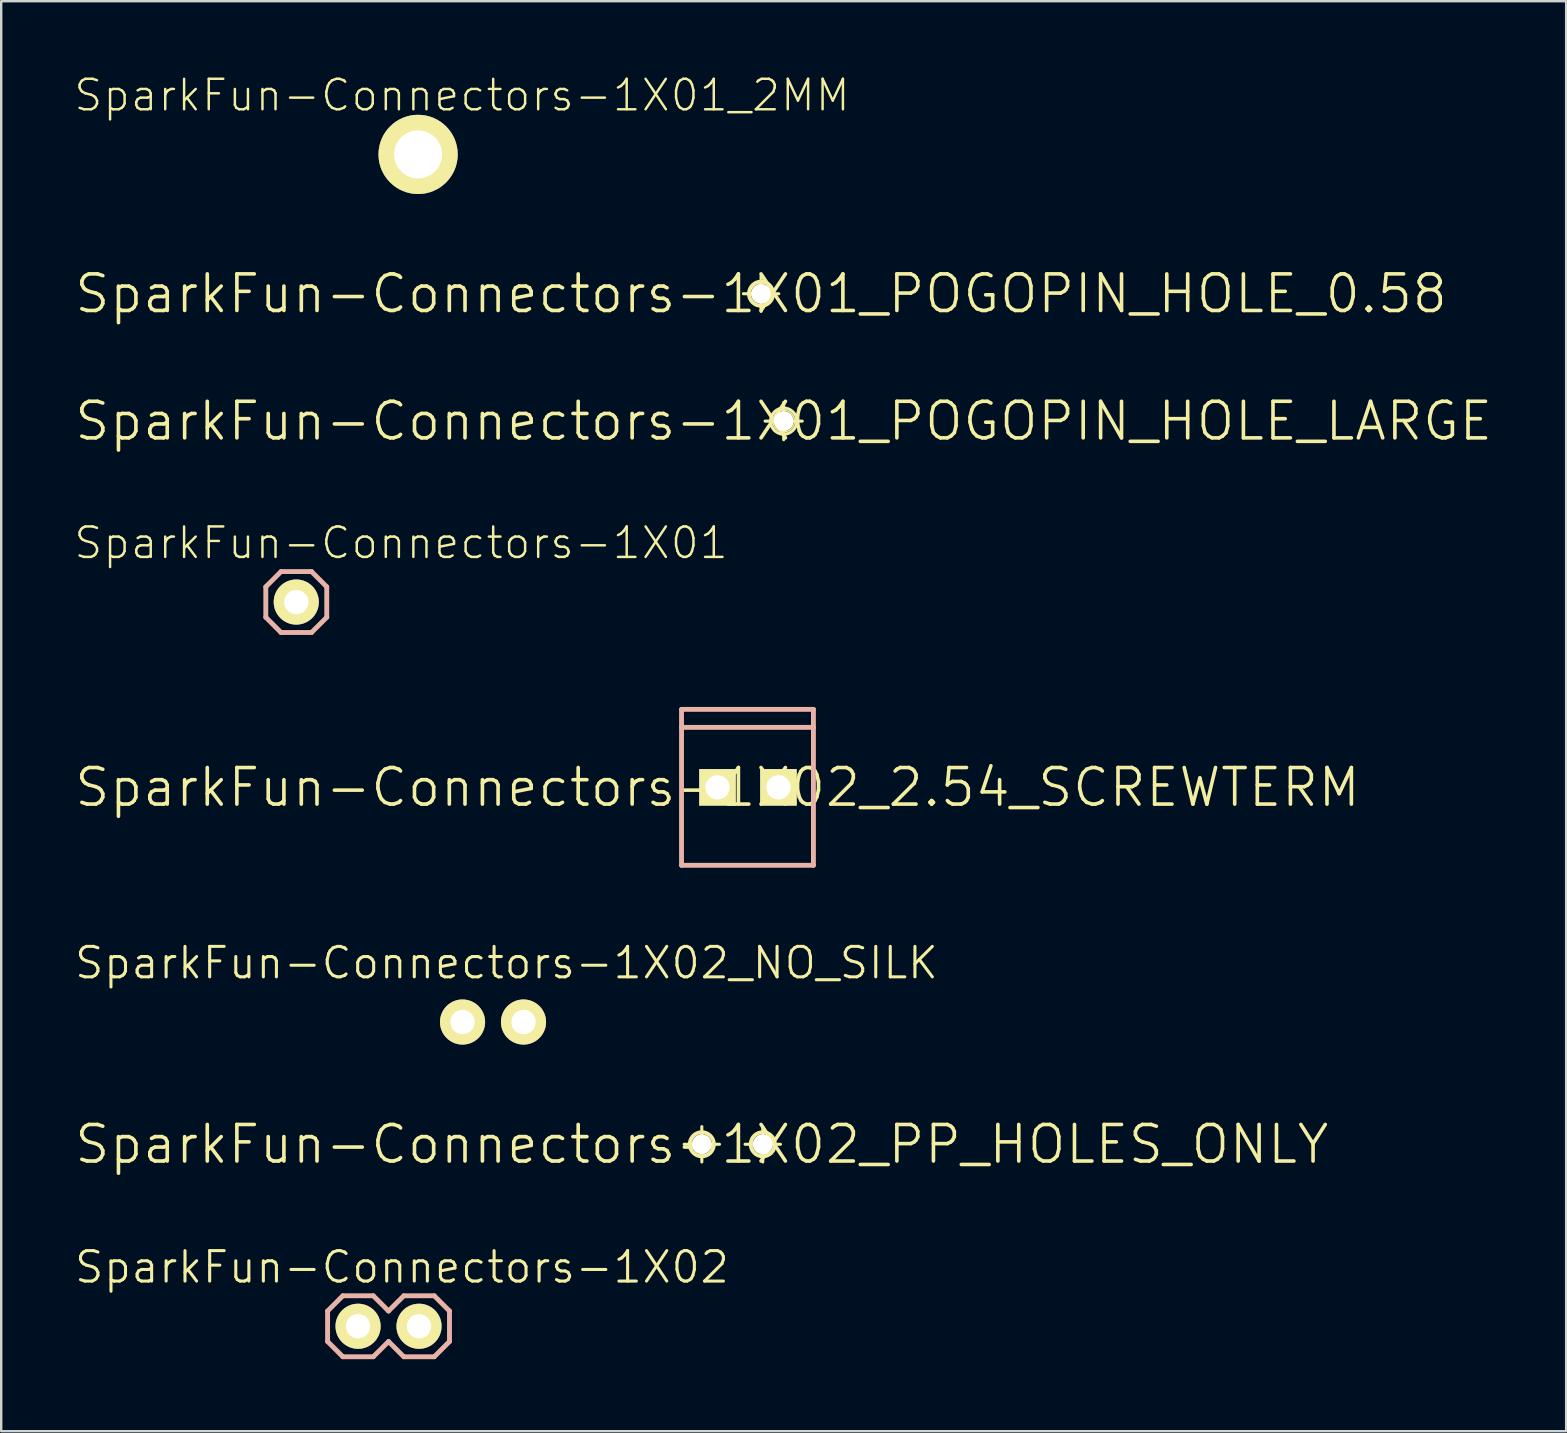
<source format=kicad_pcb>
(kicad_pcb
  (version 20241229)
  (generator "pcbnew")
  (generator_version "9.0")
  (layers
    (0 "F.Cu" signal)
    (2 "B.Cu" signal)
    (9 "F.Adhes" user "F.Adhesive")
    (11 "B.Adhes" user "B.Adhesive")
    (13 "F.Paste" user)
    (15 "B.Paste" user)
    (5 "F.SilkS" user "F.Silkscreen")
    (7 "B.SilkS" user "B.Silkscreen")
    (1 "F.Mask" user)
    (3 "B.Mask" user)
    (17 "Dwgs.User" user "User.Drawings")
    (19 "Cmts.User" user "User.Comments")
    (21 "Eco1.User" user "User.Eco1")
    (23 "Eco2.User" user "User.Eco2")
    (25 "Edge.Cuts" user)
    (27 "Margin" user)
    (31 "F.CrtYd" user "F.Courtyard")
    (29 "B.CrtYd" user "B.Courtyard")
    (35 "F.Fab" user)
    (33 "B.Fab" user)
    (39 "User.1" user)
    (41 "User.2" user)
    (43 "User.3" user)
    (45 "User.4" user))
  (footprint "SparkFun-Connectors-1X02"
    (layer "F.Cu")
    (at 11.872 52.221)
    (property "Reference" "SparkFun-Connectors-1X02" (at 1.829 -2.464 0) (layer "F.SilkS") (effects (font (size 1.27 1.27) (thickness 0.127))))
    (attr exclude_from_pos_files exclude_from_bom)
    (fp_line (start -0.254 -0.254) (end 0.254 -0.254) (stroke (width 0.066) (type solid)) (layer "F.SilkS"))
    (fp_line (start -0.254 0.254) (end -0.254 -0.254) (stroke (width 0.066) (type solid)) (layer "F.SilkS"))
    (fp_line (start -0.254 0.254) (end 0.254 0.254) (stroke (width 0.066) (type solid)) (layer "F.SilkS"))
    (fp_line (start 0.254 0.254) (end 0.254 -0.254) (stroke (width 0.066) (type solid)) (layer "F.SilkS"))
    (fp_line (start 2.286 -0.254) (end 2.794 -0.254) (stroke (width 0.066) (type solid)) (layer "F.SilkS"))
    (fp_line (start 2.286 0.254) (end 2.286 -0.254) (stroke (width 0.066) (type solid)) (layer "F.SilkS"))
    (fp_line (start 2.286 0.254) (end 2.794 0.254) (stroke (width 0.066) (type solid)) (layer "F.SilkS"))
    (fp_line (start 2.794 0.254) (end 2.794 -0.254) (stroke (width 0.066) (type solid)) (layer "F.SilkS"))
    (fp_line (start -1.27 -0.635) (end -1.27 0.635) (stroke (width 0.203) (type solid)) (layer "B.SilkS"))
    (fp_line (start -1.27 0.635) (end -0.635 1.27) (stroke (width 0.203) (type solid)) (layer "B.SilkS"))
    (fp_line (start -0.635 -1.27) (end -1.27 -0.635) (stroke (width 0.203) (type solid)) (layer "B.SilkS"))
    (fp_line (start -0.635 -1.27) (end 0.635 -1.27) (stroke (width 0.203) (type solid)) (layer "B.SilkS"))
    (fp_line (start 0.635 -1.27) (end 1.27 -0.635) (stroke (width 0.203) (type solid)) (layer "B.SilkS"))
    (fp_line (start 0.635 1.27) (end -0.635 1.27) (stroke (width 0.203) (type solid)) (layer "B.SilkS"))
    (fp_line (start 1.27 -0.635) (end 1.905 -1.27) (stroke (width 0.203) (type solid)) (layer "B.SilkS"))
    (fp_line (start 1.27 0.635) (end 0.635 1.27) (stroke (width 0.203) (type solid)) (layer "B.SilkS"))
    (fp_line (start 1.905 -1.27) (end 3.175 -1.27) (stroke (width 0.203) (type solid)) (layer "B.SilkS"))
    (fp_line (start 1.905 1.27) (end 1.27 0.635) (stroke (width 0.203) (type solid)) (layer "B.SilkS"))
    (fp_line (start 3.175 -1.27) (end 3.81 -0.635) (stroke (width 0.203) (type solid)) (layer "B.SilkS"))
    (fp_line (start 3.175 1.27) (end 1.905 1.27) (stroke (width 0.203) (type solid)) (layer "B.SilkS"))
    (fp_line (start 3.81 -0.635) (end 3.81 0.635) (stroke (width 0.203) (type solid)) (layer "B.SilkS"))
    (fp_line (start 3.81 0.635) (end 3.175 1.27) (stroke (width 0.203) (type solid)) (layer "B.SilkS"))
    (pad "1" thru_hole circle (at 0 0) (size 1.88 1.88) (drill 1.016) (layers "*.Cu" "F.Mask" "F.SilkS" "F.Paste"))
    (pad "2" thru_hole circle (at 2.54 0) (size 1.88 1.88) (drill 1.016) (layers "*.Cu" "F.Mask" "F.SilkS" "F.Paste")))
  (footprint "SparkFun-Connectors-1X02_NO_SILK"
    (layer "F.Cu")
    (at 16.226 39.542)
    (property "Reference" "SparkFun-Connectors-1X02_NO_SILK" (at 1.829 -2.464 0) (layer "F.SilkS") (effects (font (size 1.27 1.27) (thickness 0.127))))
    (attr exclude_from_pos_files exclude_from_bom)
    (fp_line (start -0.254 -0.254) (end 0.254 -0.254) (stroke (width 0.066) (type solid)) (layer "F.SilkS"))
    (fp_line (start -0.254 0.254) (end -0.254 -0.254) (stroke (width 0.066) (type solid)) (layer "F.SilkS"))
    (fp_line (start -0.254 0.254) (end 0.254 0.254) (stroke (width 0.066) (type solid)) (layer "F.SilkS"))
    (fp_line (start 0.254 0.254) (end 0.254 -0.254) (stroke (width 0.066) (type solid)) (layer "F.SilkS"))
    (fp_line (start 2.286 -0.254) (end 2.794 -0.254) (stroke (width 0.066) (type solid)) (layer "F.SilkS"))
    (fp_line (start 2.286 0.254) (end 2.286 -0.254) (stroke (width 0.066) (type solid)) (layer "F.SilkS"))
    (fp_line (start 2.286 0.254) (end 2.794 0.254) (stroke (width 0.066) (type solid)) (layer "F.SilkS"))
    (fp_line (start 2.794 0.254) (end 2.794 -0.254) (stroke (width 0.066) (type solid)) (layer "F.SilkS"))
    (pad "1" thru_hole circle (at 0 0) (size 1.88 1.88) (drill 1.016) (layers "*.Cu" "F.Mask" "F.SilkS" "F.Paste"))
    (pad "2" thru_hole circle (at 2.54 0) (size 1.88 1.88) (drill 1.016) (layers "*.Cu" "F.Mask" "F.SilkS" "F.Paste")))
  (footprint "SparkFun-Connectors-1X02_2.54_SCREWTERM"
    (layer "F.Cu")
    (at 26.851 29.762)
    (property "Reference" "SparkFun-Connectors-1X02_2.54_SCREWTERM" (at 0 0 0) (layer "F.SilkS") (effects (font (size 1.524 1.524) (thickness 0.15))))
    (attr exclude_from_pos_files exclude_from_bom)
    (fp_line (start -1.499 -3.249) (end 3.998 -3.249) (stroke (width 0.203) (type solid)) (layer "B.SilkS"))
    (fp_line (start -1.499 -2.499) (end -1.499 -3.249) (stroke (width 0.203) (type solid)) (layer "B.SilkS"))
    (fp_line (start -1.499 -2.499) (end 3.998 -2.499) (stroke (width 0.203) (type solid)) (layer "B.SilkS"))
    (fp_line (start -1.499 3.249) (end -1.499 -2.499) (stroke (width 0.203) (type solid)) (layer "B.SilkS"))
    (fp_line (start 3.998 -3.249) (end 3.998 -2.499) (stroke (width 0.203) (type solid)) (layer "B.SilkS"))
    (fp_line (start 3.998 -2.499) (end 3.998 3.249) (stroke (width 0.203) (type solid)) (layer "B.SilkS"))
    (fp_line (start 3.998 3.249) (end -1.499 3.249) (stroke (width 0.203) (type solid)) (layer "B.SilkS"))
    (pad "P1" thru_hole rect (at 2.54 0) (size 1.524 1.524) (drill 1.016) (layers "*.Cu" "F.Mask" "F.SilkS" "F.Paste"))
    (pad "P2" thru_hole rect (at 0 0) (size 1.524 1.524) (drill 1.016) (layers "*.Cu" "F.Mask" "F.SilkS" "F.Paste")))
  (footprint "SparkFun-Connectors-1X01_2MM"
    (layer "F.Cu")
    (at 14.374 3.385)
    (property "Reference" "SparkFun-Connectors-1X01_2MM" (at 1.829 -2.464 0) (layer "F.SilkS") (effects (font (size 1.27 1.27) (thickness 0.102))))
    (attr exclude_from_pos_files exclude_from_bom)
    (pad "1" thru_hole circle (at 0 0) (size 3.302 3.302) (drill 1.999) (layers "*.Cu" "F.Mask" "F.SilkS" "F.Paste")))
  (footprint "SparkFun-Connectors-1X01"
    (layer "F.Cu")
    (at 9.297 22.04)
    (property "Reference" "SparkFun-Connectors-1X01" (at 4.366 -2.464 0) (layer "F.SilkS") (effects (font (size 1.27 1.27) (thickness 0.102))))
    (attr exclude_from_pos_files exclude_from_bom)
    (fp_line (start -0.254 -0.254) (end 0.254 -0.254) (stroke (width 0.066) (type solid)) (layer "F.SilkS"))
    (fp_line (start -0.254 0.254) (end -0.254 -0.254) (stroke (width 0.066) (type solid)) (layer "F.SilkS"))
    (fp_line (start -0.254 0.254) (end 0.254 0.254) (stroke (width 0.066) (type solid)) (layer "F.SilkS"))
    (fp_line (start 0.254 0.254) (end 0.254 -0.254) (stroke (width 0.066) (type solid)) (layer "F.SilkS"))
    (fp_line (start -1.27 -0.635) (end -1.27 0.635) (stroke (width 0.203) (type solid)) (layer "B.SilkS"))
    (fp_line (start -1.27 0.635) (end -0.635 1.27) (stroke (width 0.203) (type solid)) (layer "B.SilkS"))
    (fp_line (start -0.635 -1.27) (end -1.27 -0.635) (stroke (width 0.203) (type solid)) (layer "B.SilkS"))
    (fp_line (start -0.635 1.27) (end 0.635 1.27) (stroke (width 0.203) (type solid)) (layer "B.SilkS"))
    (fp_line (start 0.635 -1.27) (end -0.635 -1.27) (stroke (width 0.203) (type solid)) (layer "B.SilkS"))
    (fp_line (start 0.635 1.27) (end 1.27 0.635) (stroke (width 0.203) (type solid)) (layer "B.SilkS"))
    (fp_line (start 1.27 -0.635) (end 0.635 -1.27) (stroke (width 0.203) (type solid)) (layer "B.SilkS"))
    (fp_line (start 1.27 0.635) (end 1.27 -0.635) (stroke (width 0.203) (type solid)) (layer "B.SilkS"))
    (pad "1" thru_hole circle (at 0 0) (size 1.88 1.88) (drill 1.016) (layers "*.Cu" "F.Mask" "F.SilkS" "F.Paste")))
  (footprint "SparkFun-Connectors-1X01_POGOPIN_HOLE_LARGE"
    (layer "F.Cu")
    (at 29.609 14.5)
    (property "Reference" "SparkFun-Connectors-1X01_POGOPIN_HOLE_LARGE" (at 0 0 0) (layer "F.SilkS") (effects (font (size 1.524 1.524) (thickness 0.15))))
    (attr exclude_from_pos_files exclude_from_bom)
    (fp_line (start -0.775 0) (end 0.775 0) (stroke (width 0.127) (type solid)) (layer "F.SilkS"))
    (fp_line (start 0 0.775) (end 0 -0.775) (stroke (width 0.127) (type solid)) (layer "F.SilkS"))
    (fp_circle (center 0 0) (end -0.386 0.386) (stroke (width 0.127) (type solid)) (fill no) (layer "F.SilkS"))
    (fp_circle (center 0 0) (end -0.318 0.318) (stroke (width 0.064) (type solid)) (fill no) (layer "F.SilkS"))
    (pad "1" thru_hole circle (at 0 0) (size 0.813 0.813) (drill 0.899) (layers "*.Cu" "F.Mask" "F.SilkS" "F.Paste")))
  (footprint "SparkFun-Connectors-1X02_PP_HOLES_ONLY"
    (layer "F.Cu")
    (at 26.198 44.637)
    (property "Reference" "SparkFun-Connectors-1X02_PP_HOLES_ONLY" (at 0 0 0) (layer "F.SilkS") (effects (font (size 1.524 1.524) (thickness 0.15))))
    (attr exclude_from_pos_files exclude_from_bom)
    (fp_line (start -0.737 0) (end 0.737 0) (stroke (width 0.127) (type solid)) (layer "F.SilkS"))
    (fp_line (start 0 0.737) (end 0 -0.737) (stroke (width 0.127) (type solid)) (layer "F.SilkS"))
    (fp_line (start 1.801 0) (end 3.277 0) (stroke (width 0.127) (type solid)) (layer "F.SilkS"))
    (fp_line (start 2.54 0.737) (end 2.54 -0.737) (stroke (width 0.127) (type solid)) (layer "F.SilkS"))
    (fp_circle (center 0 0) (end -0.368 0.368) (stroke (width 0.127) (type solid)) (fill no) (layer "F.SilkS"))
    (fp_circle (center 0 0) (end -0.318 0.318) (stroke (width 0.064) (type solid)) (fill no) (layer "F.SilkS"))
    (fp_circle (center 2.54 0) (end 2.857 0.318) (stroke (width 0.064) (type solid)) (fill no) (layer "F.SilkS"))
    (fp_circle (center 2.54 0) (end 2.908 0.368) (stroke (width 0.127) (type solid)) (fill no) (layer "F.SilkS"))
    (pad "1" thru_hole circle (at 0 0) (size 0.813 0.813) (drill 0.889) (layers "*.Cu" "F.Mask" "F.SilkS" "F.Paste"))
    (pad "2" thru_hole circle (at 2.54 0) (size 0.813 0.813) (drill 0.889) (layers "*.Cu" "F.Mask" "F.SilkS" "F.Paste")))
  (footprint "SparkFun-Connectors-1X01_POGOPIN_HOLE_0.58"
    (layer "F.Cu")
    (at 28.666 9.191)
    (property "Reference" "SparkFun-Connectors-1X01_POGOPIN_HOLE_0.58" (at 0 0 0) (layer "F.SilkS") (effects (font (size 1.524 1.524) (thickness 0.15))))
    (attr exclude_from_pos_files exclude_from_bom)
    (fp_line (start -0.737 0) (end 0.737 0) (stroke (width 0.127) (type solid)) (layer "F.SilkS"))
    (fp_line (start 0 0.737) (end 0 -0.737) (stroke (width 0.127) (type solid)) (layer "F.SilkS"))
    (fp_circle (center 0 0) (end -0.368 0.368) (stroke (width 0.127) (type solid)) (fill no) (layer "F.SilkS"))
    (fp_circle (center 0 0) (end -0.318 0.318) (stroke (width 0.064) (type solid)) (fill no) (layer "F.SilkS"))
    (pad "1" thru_hole circle (at 0 0) (size 0.813 0.813) (drill 0.899) (layers "*.Cu" "F.Mask" "F.SilkS" "F.Paste")))
  (gr_rect
    (start -3 -3)
    (end 62.218 56.593)
    (stroke (width 0.1) (type default))
    (fill no)
    (layer "Edge.Cuts")))
</source>
